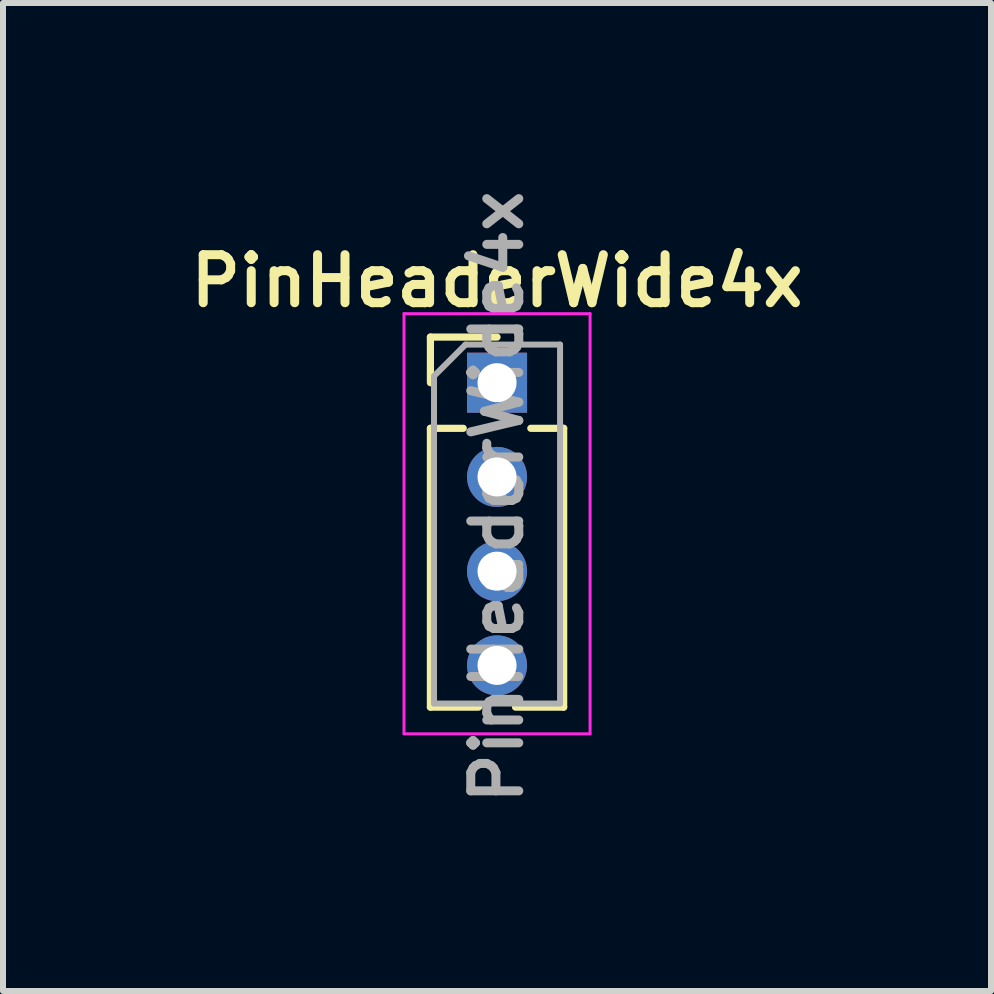
<source format=kicad_pcb>
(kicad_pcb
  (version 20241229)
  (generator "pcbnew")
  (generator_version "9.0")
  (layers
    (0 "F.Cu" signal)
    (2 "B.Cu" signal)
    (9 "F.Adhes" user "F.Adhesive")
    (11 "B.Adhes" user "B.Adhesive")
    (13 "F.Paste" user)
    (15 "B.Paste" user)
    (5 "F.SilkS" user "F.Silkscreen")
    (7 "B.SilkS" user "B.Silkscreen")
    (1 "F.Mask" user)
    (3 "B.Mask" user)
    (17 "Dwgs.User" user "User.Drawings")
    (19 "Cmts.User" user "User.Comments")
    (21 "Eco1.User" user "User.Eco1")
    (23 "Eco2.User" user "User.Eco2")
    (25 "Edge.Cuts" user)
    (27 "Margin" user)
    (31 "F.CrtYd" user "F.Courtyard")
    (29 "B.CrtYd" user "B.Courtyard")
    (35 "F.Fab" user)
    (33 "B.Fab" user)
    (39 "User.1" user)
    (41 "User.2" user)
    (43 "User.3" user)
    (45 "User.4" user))
  (footprint "PinHeaderWide4x"
    (layer "F.Cu")
    (at 5.231 3.326)
    (property "Reference" "PinHeaderWide4x" (at 0 -1.695 0) (layer "F.SilkS") (effects (font (size 0.8 0.8) (thickness 0.15))))
    (attr through_hole)
    (fp_line (start -1.11 -0.76) (end 0 -0.76) (stroke (width 0.12) (type solid)) (layer "F.SilkS"))
    (fp_line (start -1.11 0) (end -1.11 -0.76) (stroke (width 0.12) (type solid)) (layer "F.SilkS"))
    (fp_line (start -1.11 0.76) (end -1.11 5.405) (stroke (width 0.12) (type solid)) (layer "F.SilkS"))
    (fp_line (start -1.11 0.76) (end -0.563 0.76) (stroke (width 0.12) (type solid)) (layer "F.SilkS"))
    (fp_line (start -1.11 5.405) (end -0.308 5.405) (stroke (width 0.12) (type solid)) (layer "F.SilkS"))
    (fp_line (start 0.308 5.405) (end 1.11 5.405) (stroke (width 0.12) (type solid)) (layer "F.SilkS"))
    (fp_line (start 0.563 0.76) (end 1.11 0.76) (stroke (width 0.12) (type solid)) (layer "F.SilkS"))
    (fp_line (start 1.11 0.76) (end 1.11 5.405) (stroke (width 0.12) (type solid)) (layer "F.SilkS"))
    (fp_line (start -1.55 -1.15) (end -1.55 5.85) (stroke (width 0.05) (type solid)) (layer "F.CrtYd"))
    (fp_line (start -1.55 5.85) (end 1.55 5.85) (stroke (width 0.05) (type solid)) (layer "F.CrtYd"))
    (fp_line (start 1.55 -1.15) (end -1.55 -1.15) (stroke (width 0.05) (type solid)) (layer "F.CrtYd"))
    (fp_line (start 1.55 5.85) (end 1.55 -1.15) (stroke (width 0.05) (type solid)) (layer "F.CrtYd"))
    (fp_line (start -1.05 -0.11) (end -0.525 -0.635) (stroke (width 0.1) (type solid)) (layer "F.Fab"))
    (fp_line (start -1.05 5.345) (end -1.05 -0.11) (stroke (width 0.1) (type solid)) (layer "F.Fab"))
    (fp_line (start -0.525 -0.635) (end 1.05 -0.635) (stroke (width 0.1) (type solid)) (layer "F.Fab"))
    (fp_line (start 1.05 -0.635) (end 1.05 5.345) (stroke (width 0.1) (type solid)) (layer "F.Fab"))
    (fp_line (start 1.05 5.345) (end -1.05 5.345) (stroke (width 0.1) (type solid)) (layer "F.Fab"))
    (fp_text user "${REFERENCE}" (at 0 1.905 270) (layer "F.Fab") (effects (font (size 0.8 0.8) (thickness 0.15))))
    (pad "1" thru_hole rect (at 0 0) (size 1 1) (drill 0.65) (layers "*.Cu" "*.Mask"))
    (pad "2" thru_hole oval (at 0 1.57) (size 1 1) (drill 0.65) (layers "*.Cu" "*.Mask"))
    (pad "3" thru_hole oval (at 0 3.14) (size 1 1) (drill 0.65) (layers "*.Cu" "*.Mask"))
    (pad "4" thru_hole oval (at 0 4.71) (size 1 1) (drill 0.65) (layers "*.Cu" "*.Mask")))
  (gr_rect
    (start -3 -3)
    (end 13.461 13.461)
    (stroke (width 0.1) (type default))
    (fill no)
    (layer "Edge.Cuts")))
</source>
